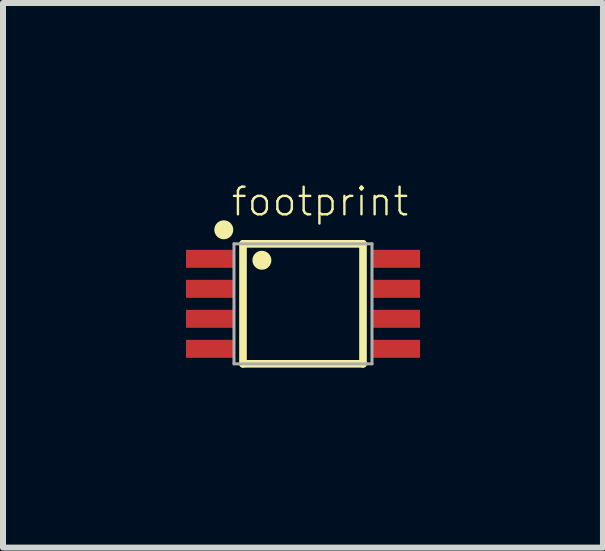
<source format=kicad_pcb>
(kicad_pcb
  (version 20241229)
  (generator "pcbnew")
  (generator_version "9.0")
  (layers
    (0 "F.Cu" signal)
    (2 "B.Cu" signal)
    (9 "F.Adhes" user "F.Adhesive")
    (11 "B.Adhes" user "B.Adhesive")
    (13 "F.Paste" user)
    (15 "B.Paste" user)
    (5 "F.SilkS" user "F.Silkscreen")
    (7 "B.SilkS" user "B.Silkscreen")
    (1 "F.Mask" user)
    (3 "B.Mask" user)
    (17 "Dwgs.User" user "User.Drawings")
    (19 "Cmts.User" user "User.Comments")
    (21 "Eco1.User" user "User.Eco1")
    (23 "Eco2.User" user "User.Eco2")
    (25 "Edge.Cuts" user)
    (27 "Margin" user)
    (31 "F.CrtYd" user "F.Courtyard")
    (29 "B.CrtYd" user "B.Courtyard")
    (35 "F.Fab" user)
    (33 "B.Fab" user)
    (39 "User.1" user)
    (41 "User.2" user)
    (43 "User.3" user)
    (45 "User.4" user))
  (footprint "footprint"
    (layer "F.Cu")
    (at 2 2.014)
    (property "Reference" "footprint" (at -1.22 -1.434 0) (layer "F.SilkS") (effects (font (size 0.46 0.46) (thickness 0.04)) (justify left bottom)))
    (fp_poly (pts (xy -2 -0.55) (xy -1.1 -0.55) (xy -1.1 -0.95) (xy -2 -0.95)) (stroke (width 0) (type solid)) (fill yes) (layer "F.Mask"))
    (fp_poly (pts (xy -2 -0.05) (xy -1.1 -0.05) (xy -1.1 -0.45) (xy -2 -0.45)) (stroke (width 0) (type solid)) (fill yes) (layer "F.Mask"))
    (fp_poly (pts (xy -2 0.45) (xy -1.1 0.45) (xy -1.1 0.05) (xy -2 0.05)) (stroke (width 0) (type solid)) (fill yes) (layer "F.Mask"))
    (fp_poly (pts (xy -2 0.95) (xy -1.1 0.95) (xy -1.1 0.55) (xy -2 0.55)) (stroke (width 0) (type solid)) (fill yes) (layer "F.Mask"))
    (fp_poly (pts (xy 1.1 -0.55) (xy 2 -0.55) (xy 2 -0.95) (xy 1.1 -0.95)) (stroke (width 0) (type solid)) (fill yes) (layer "F.Mask"))
    (fp_poly (pts (xy 1.1 -0.05) (xy 2 -0.05) (xy 2 -0.45) (xy 1.1 -0.45)) (stroke (width 0) (type solid)) (fill yes) (layer "F.Mask"))
    (fp_poly (pts (xy 1.1 0.45) (xy 2 0.45) (xy 2 0.05) (xy 1.1 0.05)) (stroke (width 0) (type solid)) (fill yes) (layer "F.Mask"))
    (fp_poly (pts (xy 1.1 0.95) (xy 2 0.95) (xy 2 0.55) (xy 1.1 0.55)) (stroke (width 0) (type solid)) (fill yes) (layer "F.Mask"))
    (fp_line (start -1 -1) (end -1 1) (stroke (width 0.127) (type solid)) (layer "F.SilkS"))
    (fp_line (start -1 1) (end 1 1) (stroke (width 0.127) (type solid)) (layer "F.SilkS"))
    (fp_line (start 1 -1) (end -1 -1) (stroke (width 0.127) (type solid)) (layer "F.SilkS"))
    (fp_line (start 1 1) (end 1 -1) (stroke (width 0.127) (type solid)) (layer "F.SilkS"))
    (fp_circle (center -1.32 -1.234) (end -1.241 -1.234) (stroke (width 0.158) (type solid)) (fill yes) (layer "F.SilkS"))
    (fp_circle (center -0.685 -0.726) (end -0.606 -0.726) (stroke (width 0.158) (type solid)) (fill yes) (layer "F.SilkS"))
    (fp_poly (pts (xy -1.925 -0.625) (xy -1.175 -0.625) (xy -1.175 -0.875) (xy -1.925 -0.875)) (stroke (width 0) (type solid)) (fill yes) (layer "F.Paste"))
    (fp_poly (pts (xy -1.925 -0.125) (xy -1.175 -0.125) (xy -1.175 -0.375) (xy -1.925 -0.375)) (stroke (width 0) (type solid)) (fill yes) (layer "F.Paste"))
    (fp_poly (pts (xy -1.925 0.375) (xy -1.175 0.375) (xy -1.175 0.125) (xy -1.925 0.125)) (stroke (width 0) (type solid)) (fill yes) (layer "F.Paste"))
    (fp_poly (pts (xy -1.925 0.875) (xy -1.175 0.875) (xy -1.175 0.625) (xy -1.925 0.625)) (stroke (width 0) (type solid)) (fill yes) (layer "F.Paste"))
    (fp_poly (pts (xy 1.175 -0.625) (xy 1.925 -0.625) (xy 1.925 -0.875) (xy 1.175 -0.875)) (stroke (width 0) (type solid)) (fill yes) (layer "F.Paste"))
    (fp_poly (pts (xy 1.175 -0.125) (xy 1.925 -0.125) (xy 1.925 -0.375) (xy 1.175 -0.375)) (stroke (width 0) (type solid)) (fill yes) (layer "F.Paste"))
    (fp_poly (pts (xy 1.175 0.375) (xy 1.925 0.375) (xy 1.925 0.125) (xy 1.175 0.125)) (stroke (width 0) (type solid)) (fill yes) (layer "F.Paste"))
    (fp_poly (pts (xy 1.175 0.875) (xy 1.925 0.875) (xy 1.925 0.625) (xy 1.175 0.625)) (stroke (width 0) (type solid)) (fill yes) (layer "F.Paste"))
    (fp_line (start -1.15 -1) (end -1.15 1) (stroke (width 0.05) (type solid)) (layer "F.Fab"))
    (fp_line (start -1.15 1) (end 1.15 1) (stroke (width 0.05) (type solid)) (layer "F.Fab"))
    (fp_line (start 1.15 -1) (end -1.15 -1) (stroke (width 0.05) (type solid)) (layer "F.Fab"))
    (fp_line (start 1.15 1) (end 1.15 -1) (stroke (width 0.05) (type solid)) (layer "F.Fab"))
    (pad "P1" smd rect (at -1.55 -0.75) (size 0.8 0.3) (layers "F.Cu"))
    (pad "P2" smd rect (at -1.55 -0.25) (size 0.8 0.3) (layers "F.Cu"))
    (pad "P3" smd rect (at -1.55 0.25) (size 0.8 0.3) (layers "F.Cu"))
    (pad "P4" smd rect (at -1.55 0.75) (size 0.8 0.3) (layers "F.Cu"))
    (pad "P5" smd rect (at 1.55 0.75) (size 0.8 0.3) (layers "F.Cu"))
    (pad "P6" smd rect (at 1.55 0.25) (size 0.8 0.3) (layers "F.Cu"))
    (pad "P7" smd rect (at 1.55 -0.25) (size 0.8 0.3) (layers "F.Cu"))
    (pad "P8" smd rect (at 1.55 -0.75) (size 0.8 0.3) (layers "F.Cu")))
  (gr_rect
    (start -3 -3)
    (end 7 6.077)
    (stroke (width 0.1) (type default))
    (fill no)
    (layer "Edge.Cuts")))
</source>
